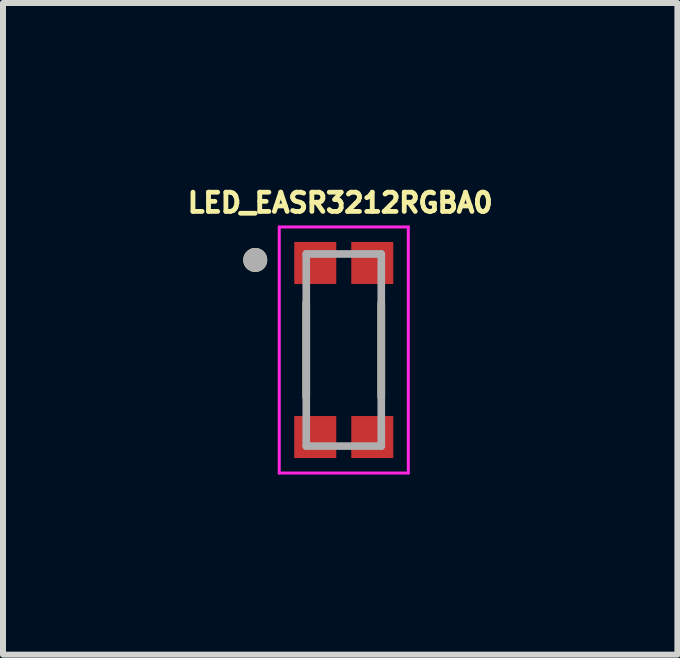
<source format=kicad_pcb>
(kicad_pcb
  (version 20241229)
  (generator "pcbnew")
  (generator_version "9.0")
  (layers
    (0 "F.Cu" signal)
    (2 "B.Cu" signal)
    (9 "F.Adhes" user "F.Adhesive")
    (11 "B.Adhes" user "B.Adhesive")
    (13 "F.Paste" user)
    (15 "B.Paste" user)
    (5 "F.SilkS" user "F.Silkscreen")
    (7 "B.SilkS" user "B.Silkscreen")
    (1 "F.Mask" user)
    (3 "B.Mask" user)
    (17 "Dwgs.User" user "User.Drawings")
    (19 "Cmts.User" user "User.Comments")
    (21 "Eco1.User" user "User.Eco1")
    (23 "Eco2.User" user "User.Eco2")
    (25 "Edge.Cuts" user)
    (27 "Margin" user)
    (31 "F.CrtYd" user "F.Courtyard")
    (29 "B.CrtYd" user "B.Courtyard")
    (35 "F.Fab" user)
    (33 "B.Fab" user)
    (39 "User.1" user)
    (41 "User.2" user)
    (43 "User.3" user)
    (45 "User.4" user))
  (footprint "LED_EASR3212RGBA0"
    (layer "F.Cu")
    (at 2.677 2.781)
    (property "Reference" "LED_EASR3212RGBA0" (at -0.059 -2.453 0) (layer "F.SilkS") (effects (font (size 0.32 0.32) (thickness 0.15))))
    (attr smd)
    (fp_line (start -0.625 -0.78) (end -0.625 0.78) (stroke (width 0.127) (type solid)) (layer "F.SilkS"))
    (fp_line (start 0.625 -0.78) (end 0.625 0.78) (stroke (width 0.127) (type solid)) (layer "F.SilkS"))
    (fp_circle (center -1.475 -1.5) (end -1.375 -1.5) (stroke (width 0.2) (type solid)) (fill no) (layer "F.SilkS"))
    (fp_line (start -1.075 -2.05) (end -1.075 2.05) (stroke (width 0.05) (type solid)) (layer "F.CrtYd"))
    (fp_line (start -1.075 2.05) (end 1.075 2.05) (stroke (width 0.05) (type solid)) (layer "F.CrtYd"))
    (fp_line (start 1.075 -2.05) (end -1.075 -2.05) (stroke (width 0.05) (type solid)) (layer "F.CrtYd"))
    (fp_line (start 1.075 2.05) (end 1.075 -2.05) (stroke (width 0.05) (type solid)) (layer "F.CrtYd"))
    (fp_line (start -0.625 -1.6) (end 0.625 -1.6) (stroke (width 0.127) (type solid)) (layer "F.Fab"))
    (fp_line (start -0.625 1.6) (end -0.625 -1.6) (stroke (width 0.127) (type solid)) (layer "F.Fab"))
    (fp_line (start 0.625 -1.6) (end 0.625 1.6) (stroke (width 0.127) (type solid)) (layer "F.Fab"))
    (fp_line (start 0.625 1.6) (end -0.625 1.6) (stroke (width 0.127) (type solid)) (layer "F.Fab"))
    (fp_circle (center -1.475 -1.5) (end -1.375 -1.5) (stroke (width 0.2) (type solid)) (fill no) (layer "F.Fab"))
    (pad "1" smd rect (at -0.475 -1.45) (size 0.7 0.7) (layers "F.Cu" "F.Mask" "F.Paste"))
    (pad "2" smd rect (at -0.475 1.45) (size 0.7 0.7) (layers "F.Cu" "F.Mask" "F.Paste"))
    (pad "3" smd rect (at 0.475 1.45) (size 0.7 0.7) (layers "F.Cu" "F.Mask" "F.Paste"))
    (pad "4" smd rect (at 0.475 -1.45) (size 0.7 0.7) (layers "F.Cu" "F.Mask" "F.Paste")))
  (gr_rect
    (start -3 -3)
    (end 8.235 7.856)
    (stroke (width 0.1) (type default))
    (fill no)
    (layer "Edge.Cuts")))
</source>
